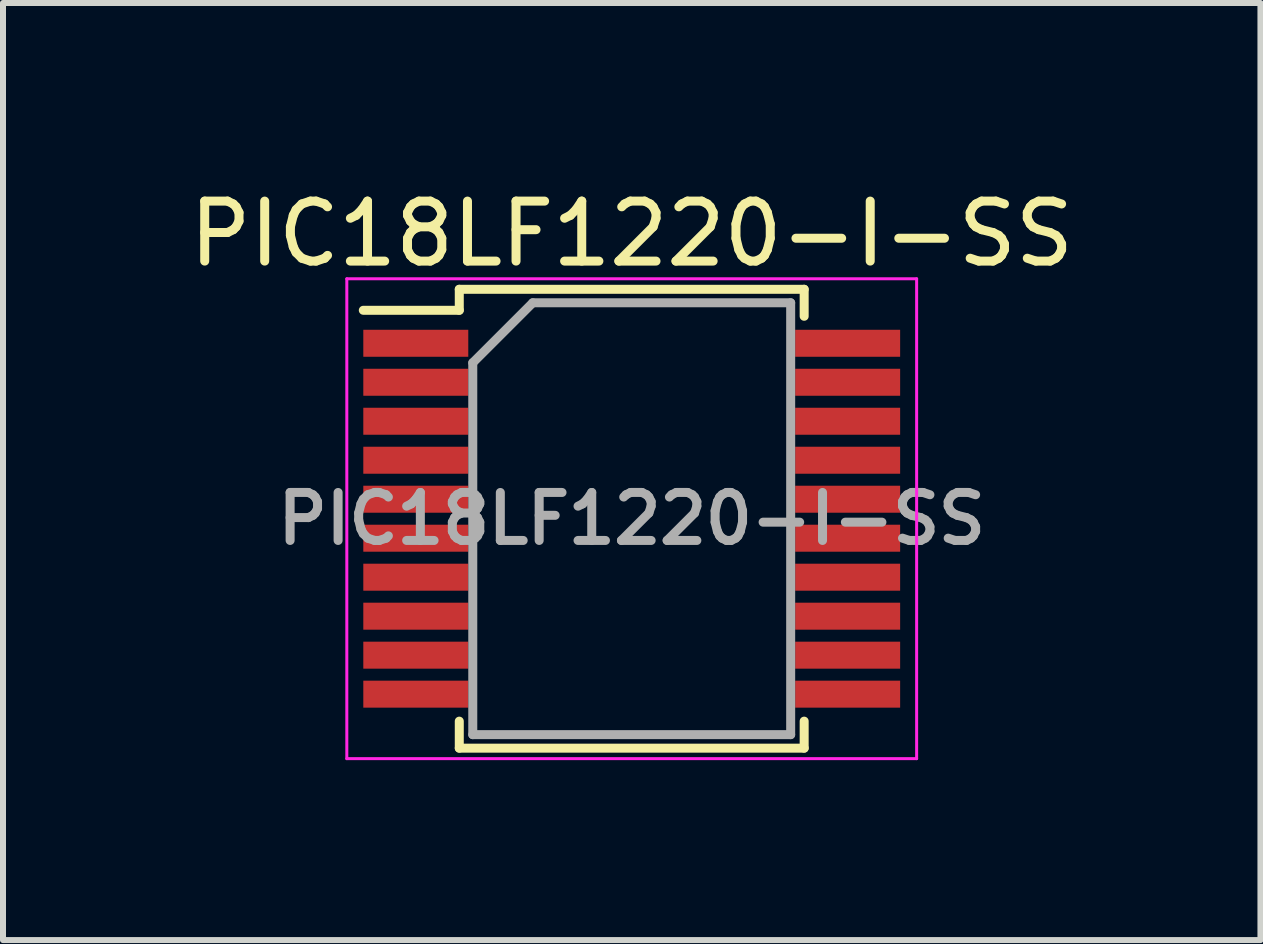
<source format=kicad_pcb>
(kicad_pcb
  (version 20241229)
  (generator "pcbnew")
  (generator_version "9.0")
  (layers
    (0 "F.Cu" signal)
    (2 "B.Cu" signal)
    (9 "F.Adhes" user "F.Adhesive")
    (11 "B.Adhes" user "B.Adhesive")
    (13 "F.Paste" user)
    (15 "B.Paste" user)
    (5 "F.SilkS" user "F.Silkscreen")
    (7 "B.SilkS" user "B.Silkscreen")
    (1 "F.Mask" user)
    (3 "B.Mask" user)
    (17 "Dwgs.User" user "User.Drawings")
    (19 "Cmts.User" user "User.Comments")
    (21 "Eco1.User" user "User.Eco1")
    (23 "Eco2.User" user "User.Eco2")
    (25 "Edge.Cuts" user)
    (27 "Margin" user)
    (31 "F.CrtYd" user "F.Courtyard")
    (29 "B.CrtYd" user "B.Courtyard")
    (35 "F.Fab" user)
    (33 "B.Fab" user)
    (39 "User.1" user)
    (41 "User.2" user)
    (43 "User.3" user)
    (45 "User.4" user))
  (footprint "PIC18LF1220-I-SS"
    (layer "F.Cu")
    (at 7.482 5.598)
    (property "Reference" "PIC18LF1220-I-SS" (at 0 -4.75 0) (layer "F.SilkS") (effects (font (size 1 1) (thickness 0.15))))
    (attr smd)
    (fp_line (start -2.875 -3.825) (end -2.875 -3.475) (stroke (width 0.15) (type solid)) (layer "F.SilkS"))
    (fp_line (start -2.875 -3.825) (end 2.875 -3.825) (stroke (width 0.15) (type solid)) (layer "F.SilkS"))
    (fp_line (start -2.875 -3.475) (end -4.475 -3.475) (stroke (width 0.15) (type solid)) (layer "F.SilkS"))
    (fp_line (start -2.875 3.825) (end -2.875 3.375) (stroke (width 0.15) (type solid)) (layer "F.SilkS"))
    (fp_line (start -2.875 3.825) (end 2.875 3.825) (stroke (width 0.15) (type solid)) (layer "F.SilkS"))
    (fp_line (start 2.875 -3.825) (end 2.875 -3.375) (stroke (width 0.15) (type solid)) (layer "F.SilkS"))
    (fp_line (start 2.875 3.825) (end 2.875 3.375) (stroke (width 0.15) (type solid)) (layer "F.SilkS"))
    (fp_line (start -4.75 -4) (end -4.75 4) (stroke (width 0.05) (type solid)) (layer "F.CrtYd"))
    (fp_line (start -4.75 -4) (end 4.75 -4) (stroke (width 0.05) (type solid)) (layer "F.CrtYd"))
    (fp_line (start -4.75 4) (end 4.75 4) (stroke (width 0.05) (type solid)) (layer "F.CrtYd"))
    (fp_line (start 4.75 -4) (end 4.75 4) (stroke (width 0.05) (type solid)) (layer "F.CrtYd"))
    (fp_line (start -2.65 -2.6) (end -1.65 -3.6) (stroke (width 0.15) (type solid)) (layer "F.Fab"))
    (fp_line (start -2.65 3.6) (end -2.65 -2.6) (stroke (width 0.15) (type solid)) (layer "F.Fab"))
    (fp_line (start -1.65 -3.6) (end 2.65 -3.6) (stroke (width 0.15) (type solid)) (layer "F.Fab"))
    (fp_line (start 2.65 -3.6) (end 2.65 3.6) (stroke (width 0.15) (type solid)) (layer "F.Fab"))
    (fp_line (start 2.65 3.6) (end -2.65 3.6) (stroke (width 0.15) (type solid)) (layer "F.Fab"))
    (fp_text user "${REFERENCE}" (at 0 0 0) (layer "F.Fab") (effects (font (size 0.8 0.8) (thickness 0.15))))
    (pad "1" smd rect (at -3.6 -2.925) (size 1.75 0.45) (layers "F.Cu" "F.Mask" "F.Paste"))
    (pad "2" smd rect (at -3.6 -2.275) (size 1.75 0.45) (layers "F.Cu" "F.Mask" "F.Paste"))
    (pad "3" smd rect (at -3.6 -1.625) (size 1.75 0.45) (layers "F.Cu" "F.Mask" "F.Paste"))
    (pad "4" smd rect (at -3.6 -0.975) (size 1.75 0.45) (layers "F.Cu" "F.Mask" "F.Paste"))
    (pad "5" smd rect (at -3.6 -0.325) (size 1.75 0.45) (layers "F.Cu" "F.Mask" "F.Paste"))
    (pad "6" smd rect (at -3.6 0.325) (size 1.75 0.45) (layers "F.Cu" "F.Mask" "F.Paste"))
    (pad "7" smd rect (at -3.6 0.975) (size 1.75 0.45) (layers "F.Cu" "F.Mask" "F.Paste"))
    (pad "8" smd rect (at -3.6 1.625) (size 1.75 0.45) (layers "F.Cu" "F.Mask" "F.Paste"))
    (pad "9" smd rect (at -3.6 2.275) (size 1.75 0.45) (layers "F.Cu" "F.Mask" "F.Paste"))
    (pad "10" smd rect (at -3.6 2.925) (size 1.75 0.45) (layers "F.Cu" "F.Mask" "F.Paste"))
    (pad "11" smd rect (at 3.6 2.925) (size 1.75 0.45) (layers "F.Cu" "F.Mask" "F.Paste"))
    (pad "12" smd rect (at 3.6 2.275) (size 1.75 0.45) (layers "F.Cu" "F.Mask" "F.Paste"))
    (pad "13" smd rect (at 3.6 1.625) (size 1.75 0.45) (layers "F.Cu" "F.Mask" "F.Paste"))
    (pad "14" smd rect (at 3.6 0.975) (size 1.75 0.45) (layers "F.Cu" "F.Mask" "F.Paste"))
    (pad "15" smd rect (at 3.6 0.325) (size 1.75 0.45) (layers "F.Cu" "F.Mask" "F.Paste"))
    (pad "16" smd rect (at 3.6 -0.325) (size 1.75 0.45) (layers "F.Cu" "F.Mask" "F.Paste"))
    (pad "17" smd rect (at 3.6 -0.975) (size 1.75 0.45) (layers "F.Cu" "F.Mask" "F.Paste"))
    (pad "18" smd rect (at 3.6 -1.625) (size 1.75 0.45) (layers "F.Cu" "F.Mask" "F.Paste"))
    (pad "19" smd rect (at 3.6 -2.275) (size 1.75 0.45) (layers "F.Cu" "F.Mask" "F.Paste"))
    (pad "20" smd rect (at 3.6 -2.925) (size 1.75 0.45) (layers "F.Cu" "F.Mask" "F.Paste")))
  (gr_rect
    (start -3 -3)
    (end 17.964 12.623)
    (stroke (width 0.1) (type default))
    (fill no)
    (layer "Edge.Cuts")))
</source>
